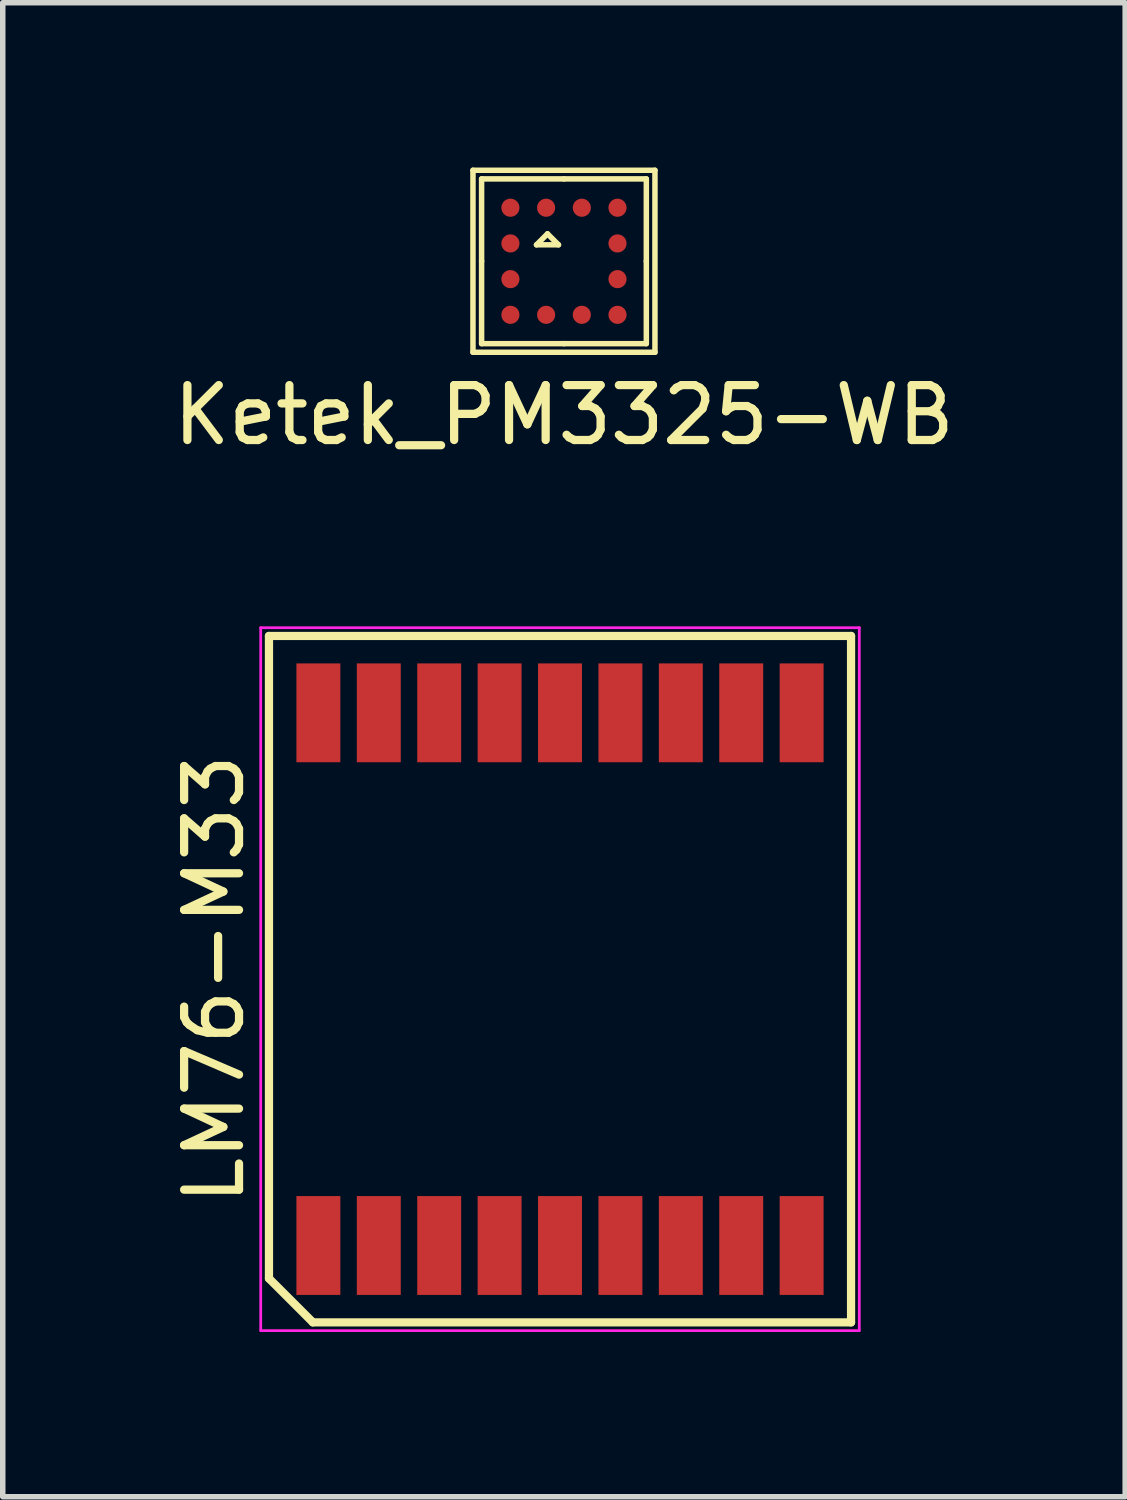
<source format=kicad_pcb>
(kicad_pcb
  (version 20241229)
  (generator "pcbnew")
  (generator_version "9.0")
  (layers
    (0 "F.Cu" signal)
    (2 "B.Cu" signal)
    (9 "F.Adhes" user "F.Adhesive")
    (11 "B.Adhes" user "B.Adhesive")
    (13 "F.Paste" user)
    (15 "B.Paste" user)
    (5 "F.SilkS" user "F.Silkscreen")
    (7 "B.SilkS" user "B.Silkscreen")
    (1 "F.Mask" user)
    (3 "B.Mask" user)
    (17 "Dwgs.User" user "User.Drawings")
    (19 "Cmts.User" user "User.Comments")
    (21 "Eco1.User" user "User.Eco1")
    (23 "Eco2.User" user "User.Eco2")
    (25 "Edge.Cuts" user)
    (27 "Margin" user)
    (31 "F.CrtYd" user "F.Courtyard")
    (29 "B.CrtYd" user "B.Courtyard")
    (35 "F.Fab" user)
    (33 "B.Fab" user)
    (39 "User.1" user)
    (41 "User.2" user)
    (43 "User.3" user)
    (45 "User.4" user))
  (footprint "Ketek_PM3325-WB"
    (layer "F.Cu")
    (at 7.22 1.708)
    (property "Reference" "Ketek_PM3325-WB" (at 0 2.8 0) (layer "F.SilkS") (effects (font (size 1 1) (thickness 0.15))))
    (attr smd)
    (fp_line (start -1.657 -1.657) (end 1.657 -1.657) (stroke (width 0.1) (type solid)) (layer "F.SilkS"))
    (fp_line (start -1.657 1.657) (end -1.657 -1.657) (stroke (width 0.1) (type solid)) (layer "F.SilkS"))
    (fp_line (start -1.5 -1.5) (end 0 -1.5) (stroke (width 0.1) (type solid)) (layer "F.SilkS"))
    (fp_line (start -1.5 0) (end -1.5 -1.5) (stroke (width 0.1) (type solid)) (layer "F.SilkS"))
    (fp_line (start -1.5 1.5) (end -1.5 0) (stroke (width 0.1) (type solid)) (layer "F.SilkS"))
    (fp_line (start -0.5 -0.3) (end -0.3 -0.5) (stroke (width 0.1) (type solid)) (layer "F.SilkS"))
    (fp_line (start -0.3 -0.5) (end -0.1 -0.3) (stroke (width 0.1) (type solid)) (layer "F.SilkS"))
    (fp_line (start -0.1 -0.3) (end -0.5 -0.3) (stroke (width 0.1) (type solid)) (layer "F.SilkS"))
    (fp_line (start 0 -1.5) (end 1.5 -1.5) (stroke (width 0.1) (type solid)) (layer "F.SilkS"))
    (fp_line (start 0 1.5) (end -1.5 1.5) (stroke (width 0.1) (type solid)) (layer "F.SilkS"))
    (fp_line (start 1.5 -1.5) (end 1.5 0) (stroke (width 0.1) (type solid)) (layer "F.SilkS"))
    (fp_line (start 1.5 0) (end 1.5 1.5) (stroke (width 0.1) (type solid)) (layer "F.SilkS"))
    (fp_line (start 1.5 1.5) (end 0 1.5) (stroke (width 0.1) (type solid)) (layer "F.SilkS"))
    (fp_line (start 1.657 -1.657) (end 1.657 1.657) (stroke (width 0.1) (type solid)) (layer "F.SilkS"))
    (fp_line (start 1.657 1.657) (end -1.657 1.657) (stroke (width 0.1) (type solid)) (layer "F.SilkS"))
    (pad "1" smd circle (at 0.325 -0.975) (size 0.33 0.33) (layers "F.Cu" "F.Mask" "F.Paste"))
    (pad "2" smd circle (at -0.325 -0.975) (size 0.33 0.33) (layers "F.Cu" "F.Mask" "F.Paste"))
    (pad "3" smd circle (at -0.325 0.975) (size 0.33 0.33) (layers "F.Cu" "F.Mask" "F.Paste"))
    (pad "4" smd circle (at 0.325 0.975) (size 0.33 0.33) (layers "F.Cu" "F.Mask" "F.Paste"))
    (pad "5" smd circle (at 0.975 -0.975) (size 0.33 0.33) (layers "F.Cu" "F.Mask" "F.Paste"))
    (pad "6" smd circle (at 0.975 -0.325) (size 0.33 0.33) (layers "F.Cu" "F.Mask" "F.Paste"))
    (pad "7" smd circle (at 0.975 0.325) (size 0.33 0.33) (layers "F.Cu" "F.Mask" "F.Paste"))
    (pad "8" smd circle (at 0.975 0.975) (size 0.33 0.33) (layers "F.Cu" "F.Mask" "F.Paste"))
    (pad "9" smd circle (at -0.975 -0.975) (size 0.33 0.33) (layers "F.Cu" "F.Mask" "F.Paste"))
    (pad "10" smd circle (at -0.975 -0.325) (size 0.33 0.33) (layers "F.Cu" "F.Mask" "F.Paste"))
    (pad "11" smd circle (at -0.975 0.975) (size 0.33 0.33) (layers "F.Cu" "F.Mask" "F.Paste"))
    (pad "12" smd circle (at -0.975 0.325) (size 0.33 0.33) (layers "F.Cu" "F.Mask" "F.Paste")))
  (footprint "LM76-M33"
    (layer "F.Cu")
    (at 7.148 14.781)
    (property "Reference" "LM76-M33" (at -6.3 0 90) (layer "F.SilkS") (effects (font (size 1 1) (thickness 0.15))))
    (attr smd)
    (fp_line (start -5.3 -6.25) (end 5.3 -6.25) (stroke (width 0.15) (type solid)) (layer "F.SilkS"))
    (fp_line (start -5.3 5.45) (end -5.3 -6.25) (stroke (width 0.15) (type solid)) (layer "F.SilkS"))
    (fp_line (start -4.5 6.25) (end -5.3 5.45) (stroke (width 0.15) (type solid)) (layer "F.SilkS"))
    (fp_line (start 5.3 -6.25) (end 5.3 6.25) (stroke (width 0.15) (type solid)) (layer "F.SilkS"))
    (fp_line (start 5.3 6.25) (end -4.5 6.25) (stroke (width 0.15) (type solid)) (layer "F.SilkS"))
    (fp_line (start -5.45 -6.4) (end 5.45 -6.4) (stroke (width 0.05) (type solid)) (layer "F.CrtYd"))
    (fp_line (start -5.45 6.4) (end -5.45 -6.4) (stroke (width 0.05) (type solid)) (layer "F.CrtYd"))
    (fp_line (start 5.45 -6.4) (end 5.45 6.4) (stroke (width 0.05) (type solid)) (layer "F.CrtYd"))
    (fp_line (start 5.45 6.4) (end -5.45 6.4) (stroke (width 0.05) (type solid)) (layer "F.CrtYd"))
    (pad "1" smd rect (at -4.4 4.85) (size 0.8 1.8) (layers "F.Cu" "F.Mask" "F.Paste"))
    (pad "2" smd rect (at -3.3 4.85) (size 0.8 1.8) (layers "F.Cu" "F.Mask" "F.Paste"))
    (pad "3" smd rect (at -2.2 4.85) (size 0.8 1.8) (layers "F.Cu" "F.Mask" "F.Paste"))
    (pad "4" smd rect (at -1.1 4.85) (size 0.8 1.8) (layers "F.Cu" "F.Mask" "F.Paste"))
    (pad "5" smd rect (at 0 4.85) (size 0.8 1.8) (layers "F.Cu" "F.Mask" "F.Paste"))
    (pad "6" smd rect (at 1.1 4.85) (size 0.8 1.8) (layers "F.Cu" "F.Mask" "F.Paste"))
    (pad "7" smd rect (at 2.2 4.85) (size 0.8 1.8) (layers "F.Cu" "F.Mask" "F.Paste"))
    (pad "8" smd rect (at 3.3 4.85) (size 0.8 1.8) (layers "F.Cu" "F.Mask" "F.Paste"))
    (pad "9" smd rect (at 4.4 4.85) (size 0.8 1.8) (layers "F.Cu" "F.Mask" "F.Paste"))
    (pad "10" smd rect (at 4.4 -4.85) (size 0.8 1.8) (layers "F.Cu" "F.Mask" "F.Paste"))
    (pad "11" smd rect (at 3.3 -4.85) (size 0.8 1.8) (layers "F.Cu" "F.Mask" "F.Paste"))
    (pad "12" smd rect (at 2.2 -4.85) (size 0.8 1.8) (layers "F.Cu" "F.Mask" "F.Paste"))
    (pad "13" smd rect (at 1.1 -4.85) (size 0.8 1.8) (layers "F.Cu" "F.Mask" "F.Paste"))
    (pad "14" smd rect (at 0 -4.85) (size 0.8 1.8) (layers "F.Cu" "F.Mask" "F.Paste"))
    (pad "15" smd rect (at -1.1 -4.85) (size 0.8 1.8) (layers "F.Cu" "F.Mask" "F.Paste"))
    (pad "16" smd rect (at -2.2 -4.85) (size 0.8 1.8) (layers "F.Cu" "F.Mask" "F.Paste"))
    (pad "17" smd rect (at -3.3 -4.85) (size 0.8 1.8) (layers "F.Cu" "F.Mask" "F.Paste"))
    (pad "18" smd rect (at -4.4 -4.85) (size 0.8 1.8) (layers "F.Cu" "F.Mask" "F.Paste")))
  (gr_rect
    (start -3 -3)
    (end 17.44 24.206)
    (stroke (width 0.1) (type default))
    (fill no)
    (layer "Edge.Cuts")))
</source>
